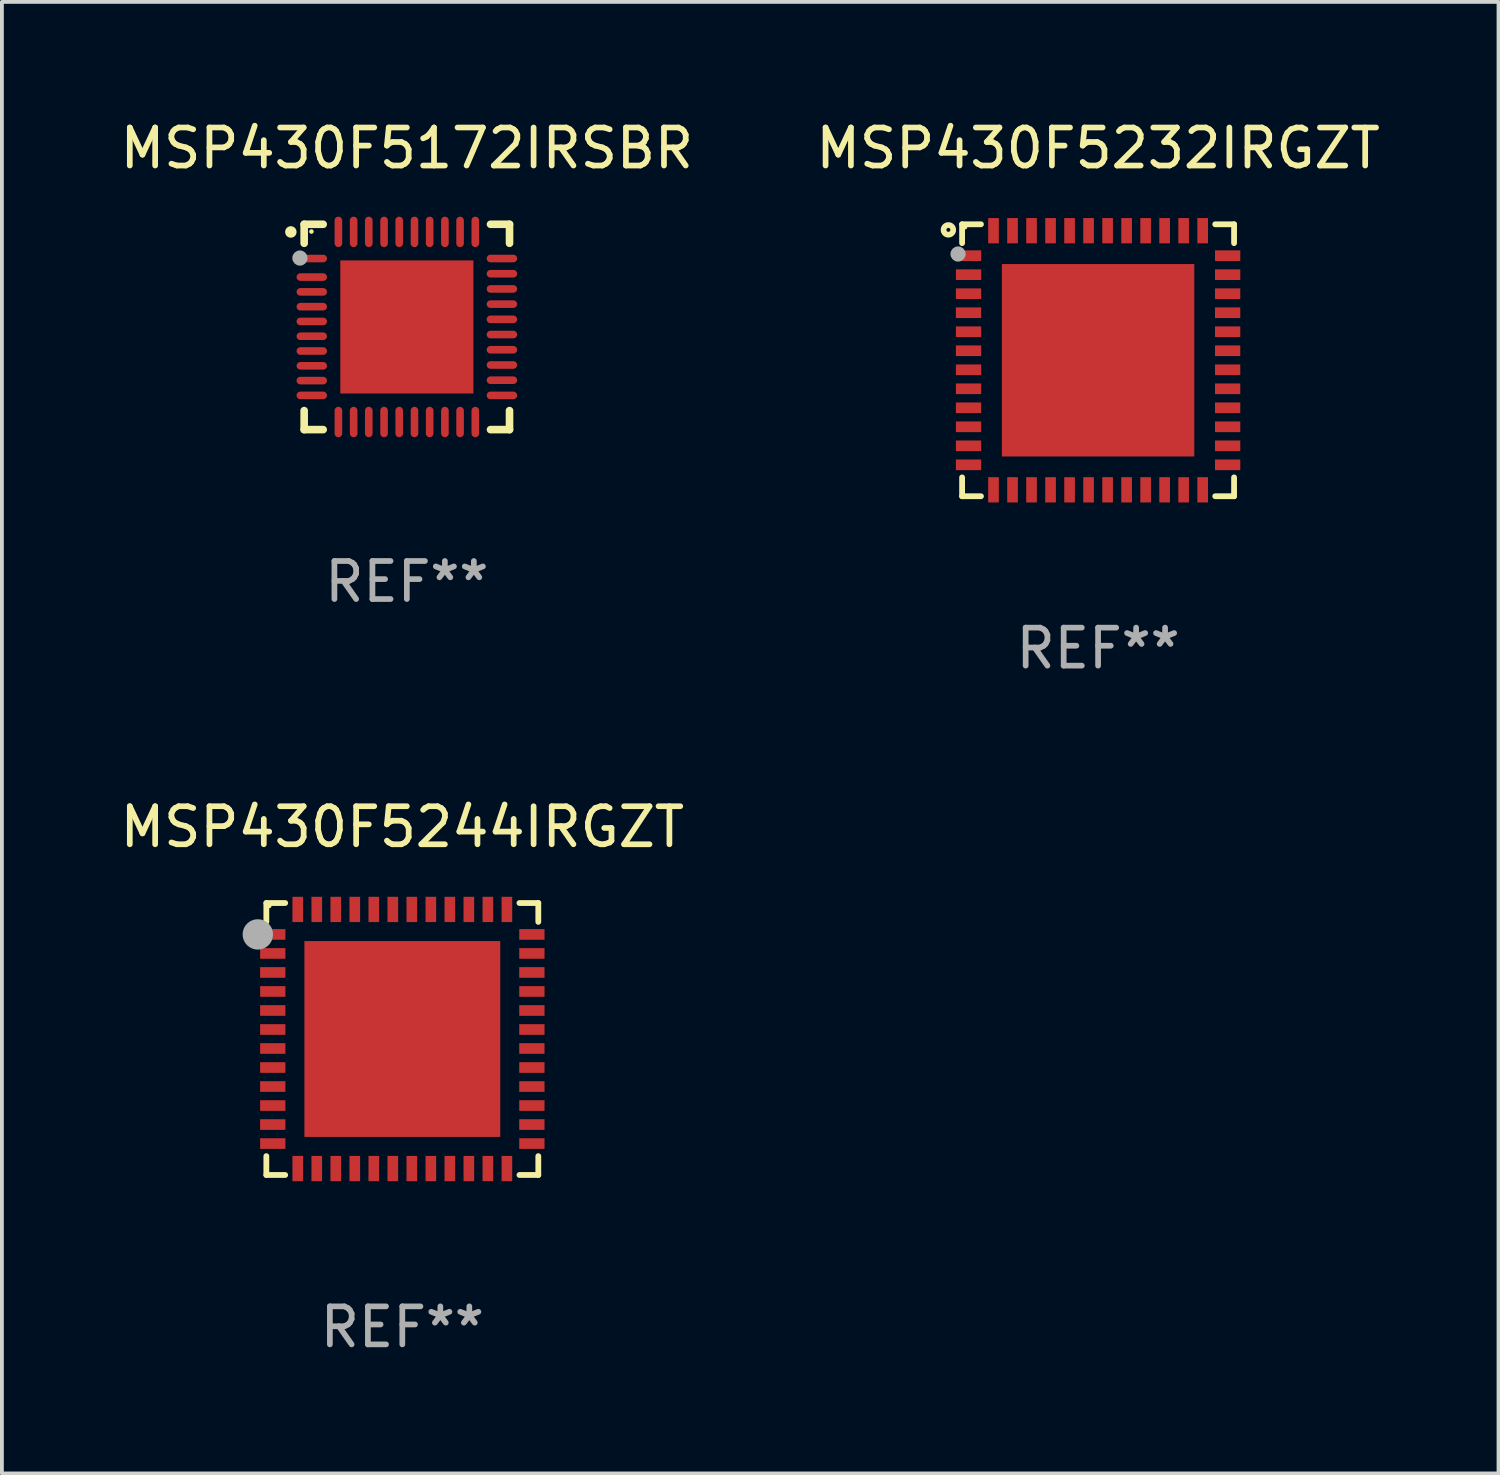
<source format=kicad_pcb>
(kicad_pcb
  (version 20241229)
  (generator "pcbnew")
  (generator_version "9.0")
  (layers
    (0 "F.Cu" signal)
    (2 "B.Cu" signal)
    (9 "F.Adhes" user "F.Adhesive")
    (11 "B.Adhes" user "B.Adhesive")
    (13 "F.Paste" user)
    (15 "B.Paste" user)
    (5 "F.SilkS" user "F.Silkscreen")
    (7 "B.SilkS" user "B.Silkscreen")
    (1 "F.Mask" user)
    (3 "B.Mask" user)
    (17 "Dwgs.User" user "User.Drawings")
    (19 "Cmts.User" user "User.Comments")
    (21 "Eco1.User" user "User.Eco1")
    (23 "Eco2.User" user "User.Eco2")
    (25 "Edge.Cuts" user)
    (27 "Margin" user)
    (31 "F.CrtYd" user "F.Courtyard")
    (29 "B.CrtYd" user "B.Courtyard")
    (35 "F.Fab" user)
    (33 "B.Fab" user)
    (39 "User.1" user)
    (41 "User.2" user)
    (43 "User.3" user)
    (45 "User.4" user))
  (footprint "MSP430F5244IRGZT"
    (layer "F.Cu")
    (at 7.53 24.273)
    (property "Reference" "MSP430F5244IRGZT" (at 0 -5.576 0) (layer "F.SilkS") (effects (font (size 1 1) (thickness 0.15))))
    (attr through_hole)
    (fp_line (start -3.576 -3.576) (end -3.576 -3.08) (stroke (width 0.152) (type solid)) (layer "F.SilkS"))
    (fp_line (start -3.576 3.576) (end -3.576 3.08) (stroke (width 0.152) (type solid)) (layer "F.SilkS"))
    (fp_line (start -3.08 -3.576) (end -3.576 -3.576) (stroke (width 0.152) (type solid)) (layer "F.SilkS"))
    (fp_line (start -3.08 3.576) (end -3.576 3.576) (stroke (width 0.152) (type solid)) (layer "F.SilkS"))
    (fp_line (start 3.08 -3.576) (end 3.576 -3.576) (stroke (width 0.152) (type solid)) (layer "F.SilkS"))
    (fp_line (start 3.08 3.576) (end 3.576 3.576) (stroke (width 0.152) (type solid)) (layer "F.SilkS"))
    (fp_line (start 3.576 -3.576) (end 3.576 -3.08) (stroke (width 0.152) (type solid)) (layer "F.SilkS"))
    (fp_line (start 3.576 3.576) (end 3.576 3.08) (stroke (width 0.152) (type solid)) (layer "F.SilkS"))
    (fp_circle (center -4.04 -2.75) (end -3.965 -2.75) (stroke (width 0.15) (type solid)) (fill no) (layer "F.SilkS"))
    (fp_circle (center -3.5 -3.5) (end -3.47 -3.5) (stroke (width 0.06) (type solid)) (fill no) (layer "F.SilkS"))
    (fp_circle (center -3.8 -2.75) (end -3.6 -2.75) (stroke (width 0.4) (type solid)) (fill no) (layer "F.Fab"))
    (fp_text user "REF**" (at 0 7.576 0) (layer "F.Fab") (effects (font (size 1 1) (thickness 0.15))))
    (pad "1" smd rect (at -3.407 -2.75) (size 0.665 0.28) (layers "F.Cu" "F.Mask" "F.Paste"))
    (pad "2" smd rect (at -3.407 -2.25) (size 0.665 0.28) (layers "F.Cu" "F.Mask" "F.Paste"))
    (pad "3" smd rect (at -3.407 -1.75) (size 0.665 0.28) (layers "F.Cu" "F.Mask" "F.Paste"))
    (pad "4" smd rect (at -3.407 -1.25) (size 0.665 0.28) (layers "F.Cu" "F.Mask" "F.Paste"))
    (pad "5" smd rect (at -3.407 -0.75) (size 0.665 0.28) (layers "F.Cu" "F.Mask" "F.Paste"))
    (pad "6" smd rect (at -3.407 -0.25) (size 0.665 0.28) (layers "F.Cu" "F.Mask" "F.Paste"))
    (pad "7" smd rect (at -3.407 0.25) (size 0.665 0.28) (layers "F.Cu" "F.Mask" "F.Paste"))
    (pad "8" smd rect (at -3.407 0.75) (size 0.665 0.28) (layers "F.Cu" "F.Mask" "F.Paste"))
    (pad "9" smd rect (at -3.407 1.25) (size 0.665 0.28) (layers "F.Cu" "F.Mask" "F.Paste"))
    (pad "10" smd rect (at -3.407 1.75) (size 0.665 0.28) (layers "F.Cu" "F.Mask" "F.Paste"))
    (pad "11" smd rect (at -3.407 2.25) (size 0.665 0.28) (layers "F.Cu" "F.Mask" "F.Paste"))
    (pad "12" smd rect (at -3.407 2.75) (size 0.665 0.28) (layers "F.Cu" "F.Mask" "F.Paste"))
    (pad "13" smd rect (at -2.75 3.407) (size 0.28 0.665) (layers "F.Cu" "F.Mask" "F.Paste"))
    (pad "14" smd rect (at -2.25 3.407) (size 0.28 0.665) (layers "F.Cu" "F.Mask" "F.Paste"))
    (pad "15" smd rect (at -1.75 3.407) (size 0.28 0.665) (layers "F.Cu" "F.Mask" "F.Paste"))
    (pad "16" smd rect (at -1.25 3.407) (size 0.28 0.665) (layers "F.Cu" "F.Mask" "F.Paste"))
    (pad "17" smd rect (at -0.75 3.407) (size 0.28 0.665) (layers "F.Cu" "F.Mask" "F.Paste"))
    (pad "18" smd rect (at -0.25 3.407) (size 0.28 0.665) (layers "F.Cu" "F.Mask" "F.Paste"))
    (pad "19" smd rect (at 0.25 3.407) (size 0.28 0.665) (layers "F.Cu" "F.Mask" "F.Paste"))
    (pad "20" smd rect (at 0.75 3.407) (size 0.28 0.665) (layers "F.Cu" "F.Mask" "F.Paste"))
    (pad "21" smd rect (at 1.25 3.407) (size 0.28 0.665) (layers "F.Cu" "F.Mask" "F.Paste"))
    (pad "22" smd rect (at 1.75 3.407) (size 0.28 0.665) (layers "F.Cu" "F.Mask" "F.Paste"))
    (pad "23" smd rect (at 2.25 3.407) (size 0.28 0.665) (layers "F.Cu" "F.Mask" "F.Paste"))
    (pad "24" smd rect (at 2.75 3.407) (size 0.28 0.665) (layers "F.Cu" "F.Mask" "F.Paste"))
    (pad "25" smd rect (at 3.407 2.75) (size 0.665 0.28) (layers "F.Cu" "F.Mask" "F.Paste"))
    (pad "26" smd rect (at 3.407 2.25) (size 0.665 0.28) (layers "F.Cu" "F.Mask" "F.Paste"))
    (pad "27" smd rect (at 3.407 1.75) (size 0.665 0.28) (layers "F.Cu" "F.Mask" "F.Paste"))
    (pad "28" smd rect (at 3.407 1.25) (size 0.665 0.28) (layers "F.Cu" "F.Mask" "F.Paste"))
    (pad "29" smd rect (at 3.407 0.75) (size 0.665 0.28) (layers "F.Cu" "F.Mask" "F.Paste"))
    (pad "30" smd rect (at 3.407 0.25) (size 0.665 0.28) (layers "F.Cu" "F.Mask" "F.Paste"))
    (pad "31" smd rect (at 3.407 -0.25) (size 0.665 0.28) (layers "F.Cu" "F.Mask" "F.Paste"))
    (pad "32" smd rect (at 3.407 -0.75) (size 0.665 0.28) (layers "F.Cu" "F.Mask" "F.Paste"))
    (pad "33" smd rect (at 3.407 -1.25) (size 0.665 0.28) (layers "F.Cu" "F.Mask" "F.Paste"))
    (pad "34" smd rect (at 3.407 -1.75) (size 0.665 0.28) (layers "F.Cu" "F.Mask" "F.Paste"))
    (pad "35" smd rect (at 3.407 -2.25) (size 0.665 0.28) (layers "F.Cu" "F.Mask" "F.Paste"))
    (pad "36" smd rect (at 3.407 -2.75) (size 0.665 0.28) (layers "F.Cu" "F.Mask" "F.Paste"))
    (pad "37" smd rect (at 2.75 -3.407) (size 0.28 0.665) (layers "F.Cu" "F.Mask" "F.Paste"))
    (pad "38" smd rect (at 2.25 -3.407) (size 0.28 0.665) (layers "F.Cu" "F.Mask" "F.Paste"))
    (pad "39" smd rect (at 1.75 -3.407) (size 0.28 0.665) (layers "F.Cu" "F.Mask" "F.Paste"))
    (pad "40" smd rect (at 1.25 -3.407) (size 0.28 0.665) (layers "F.Cu" "F.Mask" "F.Paste"))
    (pad "41" smd rect (at 0.75 -3.407) (size 0.28 0.665) (layers "F.Cu" "F.Mask" "F.Paste"))
    (pad "42" smd rect (at 0.25 -3.407) (size 0.28 0.665) (layers "F.Cu" "F.Mask" "F.Paste"))
    (pad "43" smd rect (at -0.25 -3.407) (size 0.28 0.665) (layers "F.Cu" "F.Mask" "F.Paste"))
    (pad "44" smd rect (at -0.75 -3.407) (size 0.28 0.665) (layers "F.Cu" "F.Mask" "F.Paste"))
    (pad "45" smd rect (at -1.25 -3.407) (size 0.28 0.665) (layers "F.Cu" "F.Mask" "F.Paste"))
    (pad "46" smd rect (at -1.75 -3.407) (size 0.28 0.665) (layers "F.Cu" "F.Mask" "F.Paste"))
    (pad "47" smd rect (at -2.25 -3.407) (size 0.28 0.665) (layers "F.Cu" "F.Mask" "F.Paste"))
    (pad "48" smd rect (at -2.75 -3.407) (size 0.28 0.665) (layers "F.Cu" "F.Mask" "F.Paste"))
    (pad "49" smd rect (at 0 0) (size 5.15 5.15) (layers "F.Cu" "F.Mask" "F.Paste")))
  (footprint "MSP430F5232IRGZT"
    (layer "F.Cu")
    (at 25.827 6.424)
    (property "Reference" "MSP430F5232IRGZT" (at 0 -5.576 0) (layer "F.SilkS") (effects (font (size 1 1) (thickness 0.15))))
    (attr through_hole)
    (fp_line (start -3.576 -3.576) (end -3.576 -3.08) (stroke (width 0.152) (type solid)) (layer "F.SilkS"))
    (fp_line (start -3.576 3.576) (end -3.576 3.08) (stroke (width 0.152) (type solid)) (layer "F.SilkS"))
    (fp_line (start -3.08 -3.576) (end -3.576 -3.576) (stroke (width 0.152) (type solid)) (layer "F.SilkS"))
    (fp_line (start -3.08 3.576) (end -3.576 3.576) (stroke (width 0.152) (type solid)) (layer "F.SilkS"))
    (fp_line (start 3.08 -3.576) (end 3.576 -3.576) (stroke (width 0.152) (type solid)) (layer "F.SilkS"))
    (fp_line (start 3.08 3.576) (end 3.576 3.576) (stroke (width 0.152) (type solid)) (layer "F.SilkS"))
    (fp_line (start 3.576 -3.576) (end 3.576 -3.08) (stroke (width 0.152) (type solid)) (layer "F.SilkS"))
    (fp_line (start 3.576 3.576) (end 3.576 3.08) (stroke (width 0.152) (type solid)) (layer "F.SilkS"))
    (fp_circle (center -3.937 -3.429) (end -3.81 -3.429) (stroke (width 0.15) (type solid)) (fill no) (layer "F.SilkS"))
    (fp_circle (center -3.5 -3.5) (end -3.47 -3.5) (stroke (width 0.06) (type solid)) (fill no) (layer "F.SilkS"))
    (fp_circle (center -3.683 -2.794) (end -3.583 -2.794) (stroke (width 0.2) (type solid)) (fill no) (layer "F.Fab"))
    (fp_text user "REF**" (at 0 7.576 0) (layer "F.Fab") (effects (font (size 1 1) (thickness 0.15))))
    (pad "1" smd rect (at -3.407 -2.75) (size 0.665 0.28) (layers "F.Cu" "F.Mask" "F.Paste"))
    (pad "2" smd rect (at -3.407 -2.25) (size 0.665 0.28) (layers "F.Cu" "F.Mask" "F.Paste"))
    (pad "3" smd rect (at -3.407 -1.75) (size 0.665 0.28) (layers "F.Cu" "F.Mask" "F.Paste"))
    (pad "4" smd rect (at -3.407 -1.25) (size 0.665 0.28) (layers "F.Cu" "F.Mask" "F.Paste"))
    (pad "5" smd rect (at -3.407 -0.75) (size 0.665 0.28) (layers "F.Cu" "F.Mask" "F.Paste"))
    (pad "6" smd rect (at -3.407 -0.25) (size 0.665 0.28) (layers "F.Cu" "F.Mask" "F.Paste"))
    (pad "7" smd rect (at -3.407 0.25) (size 0.665 0.28) (layers "F.Cu" "F.Mask" "F.Paste"))
    (pad "8" smd rect (at -3.407 0.75) (size 0.665 0.28) (layers "F.Cu" "F.Mask" "F.Paste"))
    (pad "9" smd rect (at -3.407 1.25) (size 0.665 0.28) (layers "F.Cu" "F.Mask" "F.Paste"))
    (pad "10" smd rect (at -3.407 1.75) (size 0.665 0.28) (layers "F.Cu" "F.Mask" "F.Paste"))
    (pad "11" smd rect (at -3.407 2.25) (size 0.665 0.28) (layers "F.Cu" "F.Mask" "F.Paste"))
    (pad "12" smd rect (at -3.407 2.75) (size 0.665 0.28) (layers "F.Cu" "F.Mask" "F.Paste"))
    (pad "13" smd rect (at -2.75 3.407) (size 0.28 0.665) (layers "F.Cu" "F.Mask" "F.Paste"))
    (pad "14" smd rect (at -2.25 3.407) (size 0.28 0.665) (layers "F.Cu" "F.Mask" "F.Paste"))
    (pad "15" smd rect (at -1.75 3.407) (size 0.28 0.665) (layers "F.Cu" "F.Mask" "F.Paste"))
    (pad "16" smd rect (at -1.25 3.407) (size 0.28 0.665) (layers "F.Cu" "F.Mask" "F.Paste"))
    (pad "17" smd rect (at -0.75 3.407) (size 0.28 0.665) (layers "F.Cu" "F.Mask" "F.Paste"))
    (pad "18" smd rect (at -0.25 3.407) (size 0.28 0.665) (layers "F.Cu" "F.Mask" "F.Paste"))
    (pad "19" smd rect (at 0.25 3.407) (size 0.28 0.665) (layers "F.Cu" "F.Mask" "F.Paste"))
    (pad "20" smd rect (at 0.75 3.407) (size 0.28 0.665) (layers "F.Cu" "F.Mask" "F.Paste"))
    (pad "21" smd rect (at 1.25 3.407) (size 0.28 0.665) (layers "F.Cu" "F.Mask" "F.Paste"))
    (pad "22" smd rect (at 1.75 3.407) (size 0.28 0.665) (layers "F.Cu" "F.Mask" "F.Paste"))
    (pad "23" smd rect (at 2.25 3.407) (size 0.28 0.665) (layers "F.Cu" "F.Mask" "F.Paste"))
    (pad "24" smd rect (at 2.75 3.407) (size 0.28 0.665) (layers "F.Cu" "F.Mask" "F.Paste"))
    (pad "25" smd rect (at 3.407 2.75) (size 0.665 0.28) (layers "F.Cu" "F.Mask" "F.Paste"))
    (pad "26" smd rect (at 3.407 2.25) (size 0.665 0.28) (layers "F.Cu" "F.Mask" "F.Paste"))
    (pad "27" smd rect (at 3.407 1.75) (size 0.665 0.28) (layers "F.Cu" "F.Mask" "F.Paste"))
    (pad "28" smd rect (at 3.407 1.25) (size 0.665 0.28) (layers "F.Cu" "F.Mask" "F.Paste"))
    (pad "29" smd rect (at 3.407 0.75) (size 0.665 0.28) (layers "F.Cu" "F.Mask" "F.Paste"))
    (pad "30" smd rect (at 3.407 0.25) (size 0.665 0.28) (layers "F.Cu" "F.Mask" "F.Paste"))
    (pad "31" smd rect (at 3.407 -0.25) (size 0.665 0.28) (layers "F.Cu" "F.Mask" "F.Paste"))
    (pad "32" smd rect (at 3.407 -0.75) (size 0.665 0.28) (layers "F.Cu" "F.Mask" "F.Paste"))
    (pad "33" smd rect (at 3.407 -1.25) (size 0.665 0.28) (layers "F.Cu" "F.Mask" "F.Paste"))
    (pad "34" smd rect (at 3.407 -1.75) (size 0.665 0.28) (layers "F.Cu" "F.Mask" "F.Paste"))
    (pad "35" smd rect (at 3.407 -2.25) (size 0.665 0.28) (layers "F.Cu" "F.Mask" "F.Paste"))
    (pad "36" smd rect (at 3.407 -2.75) (size 0.665 0.28) (layers "F.Cu" "F.Mask" "F.Paste"))
    (pad "37" smd rect (at 2.75 -3.407) (size 0.28 0.665) (layers "F.Cu" "F.Mask" "F.Paste"))
    (pad "38" smd rect (at 2.25 -3.407) (size 0.28 0.665) (layers "F.Cu" "F.Mask" "F.Paste"))
    (pad "39" smd rect (at 1.75 -3.407) (size 0.28 0.665) (layers "F.Cu" "F.Mask" "F.Paste"))
    (pad "40" smd rect (at 1.25 -3.407) (size 0.28 0.665) (layers "F.Cu" "F.Mask" "F.Paste"))
    (pad "41" smd rect (at 0.75 -3.407) (size 0.28 0.665) (layers "F.Cu" "F.Mask" "F.Paste"))
    (pad "42" smd rect (at 0.25 -3.407) (size 0.28 0.665) (layers "F.Cu" "F.Mask" "F.Paste"))
    (pad "43" smd rect (at -0.25 -3.407) (size 0.28 0.665) (layers "F.Cu" "F.Mask" "F.Paste"))
    (pad "44" smd rect (at -0.75 -3.407) (size 0.28 0.665) (layers "F.Cu" "F.Mask" "F.Paste"))
    (pad "45" smd rect (at -1.25 -3.407) (size 0.28 0.665) (layers "F.Cu" "F.Mask" "F.Paste"))
    (pad "46" smd rect (at -1.75 -3.407) (size 0.28 0.665) (layers "F.Cu" "F.Mask" "F.Paste"))
    (pad "47" smd rect (at -2.25 -3.407) (size 0.28 0.665) (layers "F.Cu" "F.Mask" "F.Paste"))
    (pad "48" smd rect (at -2.75 -3.407) (size 0.28 0.665) (layers "F.Cu" "F.Mask" "F.Paste"))
    (pad "49" smd rect (at 0 0) (size 5.06 5.06) (layers "F.Cu" "F.Mask" "F.Paste")))
  (footprint "MSP430F5172IRSBR"
    (layer "F.Cu")
    (at 7.649 5.548)
    (property "Reference" "MSP430F5172IRSBR" (at 0 -4.7 0) (layer "F.SilkS") (effects (font (size 1 1) (thickness 0.15))))
    (attr through_hole)
    (fp_line (start -2.7 -2.7) (end -2.2 -2.7) (stroke (width 0.2) (type solid)) (layer "F.SilkS"))
    (fp_line (start -2.7 -2.2) (end -2.7 -2.7) (stroke (width 0.2) (type solid)) (layer "F.SilkS"))
    (fp_line (start -2.7 2.7) (end -2.7 2.2) (stroke (width 0.2) (type solid)) (layer "F.SilkS"))
    (fp_line (start -2.2 2.7) (end -2.7 2.7) (stroke (width 0.2) (type solid)) (layer "F.SilkS"))
    (fp_line (start 2.2 2.7) (end 2.7 2.7) (stroke (width 0.2) (type solid)) (layer "F.SilkS"))
    (fp_line (start 2.7 -2.7) (end 2.2 -2.7) (stroke (width 0.2) (type solid)) (layer "F.SilkS"))
    (fp_line (start 2.7 -2.2) (end 2.7 -2.7) (stroke (width 0.2) (type solid)) (layer "F.SilkS"))
    (fp_line (start 2.7 2.7) (end 2.7 2.2) (stroke (width 0.2) (type solid)) (layer "F.SilkS"))
    (fp_arc (start -3.050546 -2.496825) (mid -3.050551 -2.498095) (end -3.050546 -2.499365) (stroke (width 0.3) (type solid)) (layer "F.SilkS"))
    (fp_circle (center -2.509 -2.509) (end -2.479 -2.509) (stroke (width 0.06) (type solid)) (fill no) (layer "F.SilkS"))
    (fp_circle (center -2.812 -1.812) (end -2.712 -1.812) (stroke (width 0.2) (type solid)) (fill no) (layer "F.Fab"))
    (fp_text user "REF**" (at 0 6.7 0) (layer "F.Fab") (effects (font (size 1 1) (thickness 0.15))))
    (pad "1" smd oval (at -2.5 -1.8) (size 0.8 0.2) (layers "F.Cu" "F.Mask" "F.Paste"))
    (pad "2" smd oval (at -2.5 -1.311) (size 0.8 0.2) (layers "F.Cu" "F.Mask" "F.Paste"))
    (pad "3" smd oval (at -2.5 -0.922) (size 0.8 0.2) (layers "F.Cu" "F.Mask" "F.Paste"))
    (pad "4" smd oval (at -2.5 -0.533) (size 0.8 0.2) (layers "F.Cu" "F.Mask" "F.Paste"))
    (pad "5" smd oval (at -2.5 -0.145) (size 0.8 0.2) (layers "F.Cu" "F.Mask" "F.Paste"))
    (pad "6" smd oval (at -2.5 0.244) (size 0.8 0.2) (layers "F.Cu" "F.Mask" "F.Paste"))
    (pad "7" smd oval (at -2.5 0.633) (size 0.8 0.2) (layers "F.Cu" "F.Mask" "F.Paste"))
    (pad "8" smd oval (at -2.5 1.022) (size 0.8 0.2) (layers "F.Cu" "F.Mask" "F.Paste"))
    (pad "9" smd oval (at -2.5 1.411) (size 0.8 0.2) (layers "F.Cu" "F.Mask" "F.Paste"))
    (pad "10" smd oval (at -2.5 1.8) (size 0.8 0.2) (layers "F.Cu" "F.Mask" "F.Paste"))
    (pad "11" smd oval (at -1.8 2.5) (size 0.2 0.8) (layers "F.Cu" "F.Mask" "F.Paste"))
    (pad "12" smd oval (at -1.399 2.5) (size 0.2 0.8) (layers "F.Cu" "F.Mask" "F.Paste"))
    (pad "13" smd oval (at -1.001 2.5) (size 0.2 0.8) (layers "F.Cu" "F.Mask" "F.Paste"))
    (pad "14" smd oval (at -0.599 2.5) (size 0.2 0.8) (layers "F.Cu" "F.Mask" "F.Paste"))
    (pad "15" smd oval (at -0.201 2.5) (size 0.2 0.8) (layers "F.Cu" "F.Mask" "F.Paste"))
    (pad "16" smd oval (at 0.201 2.5) (size 0.2 0.8) (layers "F.Cu" "F.Mask" "F.Paste"))
    (pad "17" smd oval (at 0.6 2.5) (size 0.2 0.8) (layers "F.Cu" "F.Mask" "F.Paste"))
    (pad "18" smd oval (at 1.001 2.5) (size 0.2 0.8) (layers "F.Cu" "F.Mask" "F.Paste"))
    (pad "19" smd oval (at 1.4 2.5) (size 0.2 0.8) (layers "F.Cu" "F.Mask" "F.Paste"))
    (pad "20" smd oval (at 1.8 2.5) (size 0.2 0.8) (layers "F.Cu" "F.Mask" "F.Paste"))
    (pad "21" smd oval (at 2.5 1.8) (size 0.8 0.2) (layers "F.Cu" "F.Mask" "F.Paste"))
    (pad "22" smd oval (at 2.5 1.4) (size 0.8 0.2) (layers "F.Cu" "F.Mask" "F.Paste"))
    (pad "23" smd oval (at 2.5 1) (size 0.8 0.2) (layers "F.Cu" "F.Mask" "F.Paste"))
    (pad "24" smd oval (at 2.5 0.6) (size 0.8 0.2) (layers "F.Cu" "F.Mask" "F.Paste"))
    (pad "25" smd oval (at 2.5 0.2) (size 0.8 0.2) (layers "F.Cu" "F.Mask" "F.Paste"))
    (pad "26" smd oval (at 2.5 -0.2) (size 0.8 0.2) (layers "F.Cu" "F.Mask" "F.Paste"))
    (pad "27" smd oval (at 2.5 -0.6) (size 0.8 0.2) (layers "F.Cu" "F.Mask" "F.Paste"))
    (pad "28" smd oval (at 2.5 -1) (size 0.8 0.2) (layers "F.Cu" "F.Mask" "F.Paste"))
    (pad "29" smd oval (at 2.5 -1.4) (size 0.8 0.2) (layers "F.Cu" "F.Mask" "F.Paste"))
    (pad "30" smd oval (at 2.5 -1.8) (size 0.8 0.2) (layers "F.Cu" "F.Mask" "F.Paste"))
    (pad "31" smd oval (at 1.8 -2.5) (size 0.2 0.8) (layers "F.Cu" "F.Mask" "F.Paste"))
    (pad "32" smd oval (at 1.4 -2.5) (size 0.2 0.8) (layers "F.Cu" "F.Mask" "F.Paste"))
    (pad "33" smd oval (at 1.001 -2.5) (size 0.2 0.8) (layers "F.Cu" "F.Mask" "F.Paste"))
    (pad "34" smd oval (at 0.6 -2.5) (size 0.2 0.8) (layers "F.Cu" "F.Mask" "F.Paste"))
    (pad "35" smd oval (at 0.201 -2.5) (size 0.2 0.8) (layers "F.Cu" "F.Mask" "F.Paste"))
    (pad "36" smd oval (at -0.201 -2.5) (size 0.2 0.8) (layers "F.Cu" "F.Mask" "F.Paste"))
    (pad "37" smd oval (at -0.599 -2.5) (size 0.2 0.8) (layers "F.Cu" "F.Mask" "F.Paste"))
    (pad "38" smd oval (at -1.001 -2.5) (size 0.2 0.8) (layers "F.Cu" "F.Mask" "F.Paste"))
    (pad "39" smd oval (at -1.399 -2.5) (size 0.2 0.8) (layers "F.Cu" "F.Mask" "F.Paste"))
    (pad "40" smd oval (at -1.8 -2.5) (size 0.2 0.8) (layers "F.Cu" "F.Mask" "F.Paste"))
    (pad "41" smd rect (at 0.000076 -0.000076) (size 3.5 3.5) (layers "F.Cu" "F.Mask" "F.Paste")))
  (gr_rect
    (start -3 -3)
    (end 36.357 35.698)
    (stroke (width 0.1) (type default))
    (fill no)
    (layer "Edge.Cuts")))
</source>
